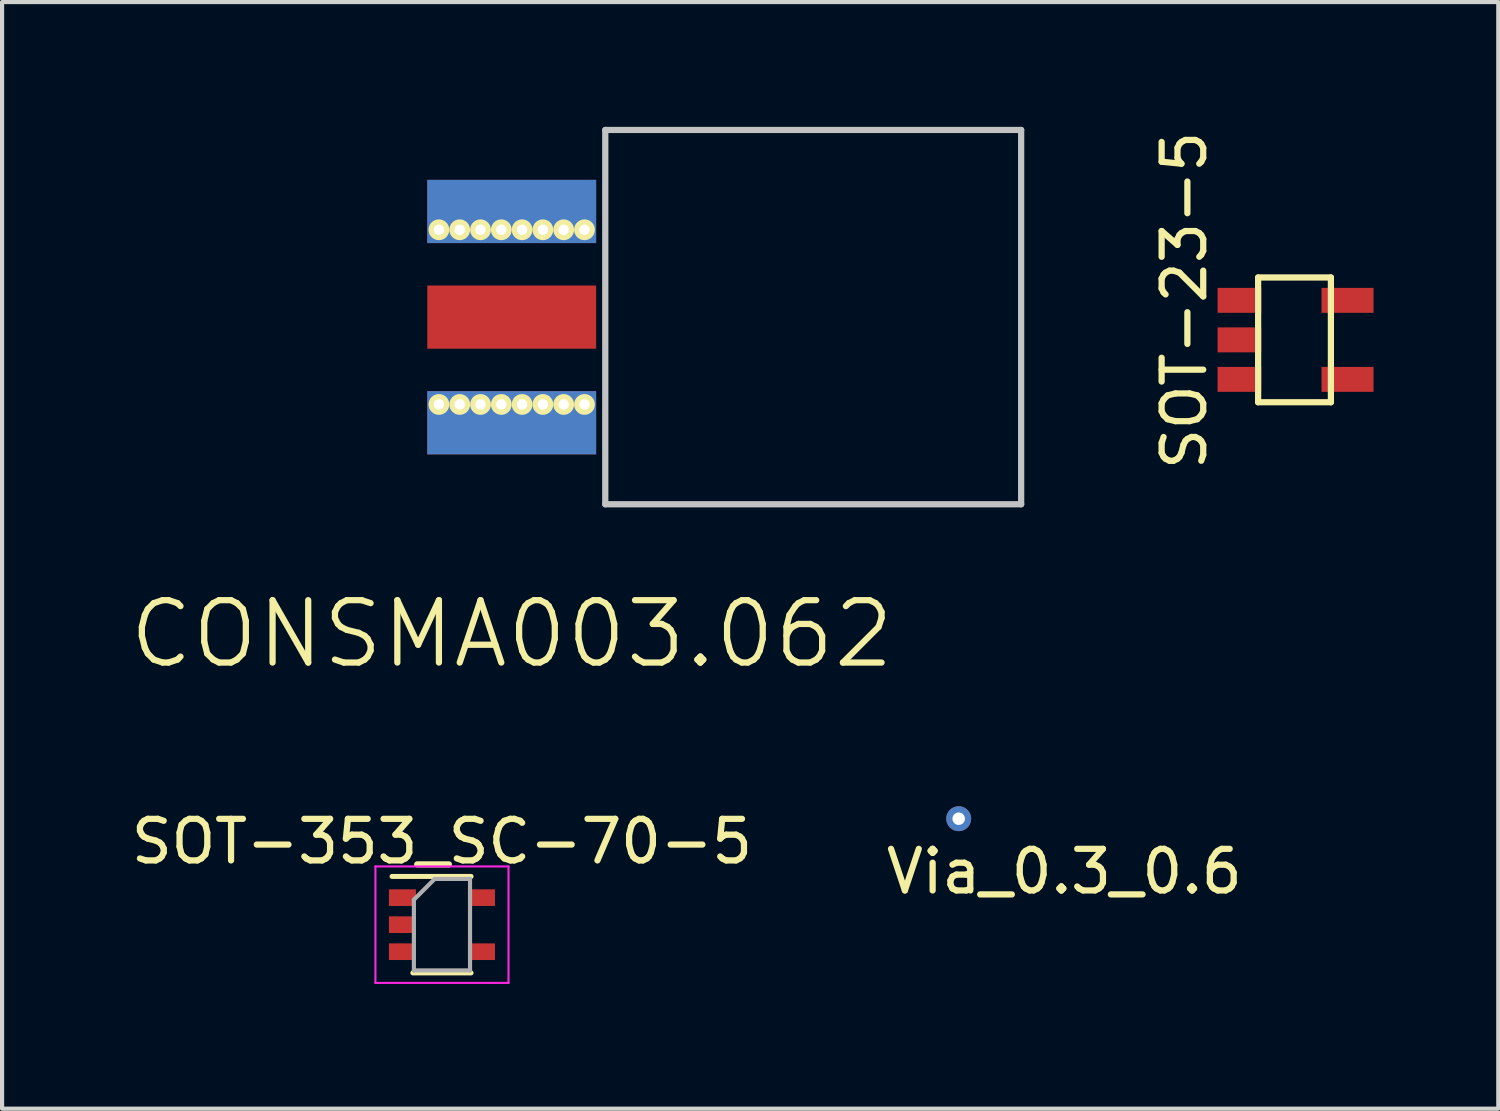
<source format=kicad_pcb>
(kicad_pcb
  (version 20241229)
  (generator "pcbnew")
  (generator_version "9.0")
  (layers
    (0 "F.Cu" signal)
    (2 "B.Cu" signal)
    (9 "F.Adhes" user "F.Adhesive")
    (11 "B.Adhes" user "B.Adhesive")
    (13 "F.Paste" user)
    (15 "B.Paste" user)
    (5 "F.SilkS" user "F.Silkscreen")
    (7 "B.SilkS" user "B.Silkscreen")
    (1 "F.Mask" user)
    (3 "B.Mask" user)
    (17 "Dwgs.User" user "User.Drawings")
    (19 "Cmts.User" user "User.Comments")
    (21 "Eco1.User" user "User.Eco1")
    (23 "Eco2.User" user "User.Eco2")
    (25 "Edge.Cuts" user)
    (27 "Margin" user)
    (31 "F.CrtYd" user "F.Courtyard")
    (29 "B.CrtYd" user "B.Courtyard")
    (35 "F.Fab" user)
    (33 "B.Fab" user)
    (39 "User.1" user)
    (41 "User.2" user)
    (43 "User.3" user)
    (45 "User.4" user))
  (footprint "CONSMA003.062"
    (layer "F.Cu")
    (at 9.254 4.575)
    (property "Reference" "CONSMA003.062" (at 0 7.62 0) (layer "F.SilkS") (effects (font (size 1.5 1.5) (thickness 0.15))))
    (attr through_hole)
    (fp_line (start 2.25 -4.5) (end 12.25 -4.5) (stroke (width 0.15) (type solid)) (layer "Dwgs.User"))
    (fp_line (start 2.25 4.5) (end 2.25 -4.5) (stroke (width 0.15) (type solid)) (layer "Dwgs.User"))
    (fp_line (start 12.25 -4.5) (end 12.25 4.5) (stroke (width 0.15) (type solid)) (layer "Dwgs.User"))
    (fp_line (start 12.25 4.5) (end 2.25 4.5) (stroke (width 0.15) (type solid)) (layer "Dwgs.User"))
    (pad "1" smd rect (at 0 0) (size 4.06 1.52) (layers "F.Cu" "F.Mask" "F.Paste"))
    (pad "2" thru_hole circle (at -1.75 -2.1) (size 0.5 0.5) (drill 0.25) (layers "*.Cu" "*.Mask" "F.SilkS"))
    (pad "2" thru_hole circle (at -1.75 2.1) (size 0.5 0.5) (drill 0.25) (layers "*.Cu" "*.Mask" "F.SilkS"))
    (pad "2" thru_hole circle (at -1.25 -2.1) (size 0.5 0.5) (drill 0.25) (layers "*.Cu" "*.Mask" "F.SilkS"))
    (pad "2" thru_hole circle (at -1.25 2.1) (size 0.5 0.5) (drill 0.25) (layers "*.Cu" "*.Mask" "F.SilkS"))
    (pad "2" thru_hole circle (at -0.75 -2.1) (size 0.5 0.5) (drill 0.25) (layers "*.Cu" "*.Mask" "F.SilkS"))
    (pad "2" thru_hole circle (at -0.75 2.1) (size 0.5 0.5) (drill 0.25) (layers "*.Cu" "*.Mask" "F.SilkS"))
    (pad "2" thru_hole circle (at -0.25 -2.1) (size 0.5 0.5) (drill 0.25) (layers "*.Cu" "*.Mask" "F.SilkS"))
    (pad "2" thru_hole circle (at -0.25 2.1) (size 0.5 0.5) (drill 0.25) (layers "*.Cu" "*.Mask" "F.SilkS"))
    (pad "2" smd rect (at 0 -2.54) (size 4.06 1.52) (layers "F.Cu" "F.Mask" "F.Paste"))
    (pad "2" smd rect (at 0 -2.54) (size 4.06 1.52) (layers "B.Cu"))
    (pad "2" smd rect (at 0 2.54) (size 4.06 1.52) (layers "F.Cu" "F.Mask" "F.Paste"))
    (pad "2" smd rect (at 0 2.54) (size 4.06 1.52) (layers "B.Cu"))
    (pad "2" thru_hole circle (at 0.25 -2.1) (size 0.5 0.5) (drill 0.25) (layers "*.Cu" "*.Mask" "F.SilkS"))
    (pad "2" thru_hole circle (at 0.25 2.1) (size 0.5 0.5) (drill 0.25) (layers "*.Cu" "*.Mask" "F.SilkS"))
    (pad "2" thru_hole circle (at 0.75 -2.1) (size 0.5 0.5) (drill 0.25) (layers "*.Cu" "*.Mask" "F.SilkS"))
    (pad "2" thru_hole circle (at 0.75 2.1) (size 0.5 0.5) (drill 0.25) (layers "*.Cu" "*.Mask" "F.SilkS"))
    (pad "2" thru_hole circle (at 1.25 -2.1) (size 0.5 0.5) (drill 0.25) (layers "*.Cu" "*.Mask" "F.SilkS"))
    (pad "2" thru_hole circle (at 1.25 2.1) (size 0.5 0.5) (drill 0.25) (layers "*.Cu" "*.Mask" "F.SilkS"))
    (pad "2" thru_hole circle (at 1.75 -2.1) (size 0.5 0.5) (drill 0.25) (layers "*.Cu" "*.Mask" "F.SilkS"))
    (pad "2" thru_hole circle (at 1.75 2.1) (size 0.5 0.5) (drill 0.25) (layers "*.Cu" "*.Mask" "F.SilkS")))
  (footprint "SOT-23-5"
    (layer "F.Cu")
    (at 28.034 5.163)
    (property "Reference" "SOT-23-5" (at -2.607 -0.991 270) (layer "F.SilkS") (effects (font (size 1 1) (thickness 0.15))))
    (attr through_hole)
    (fp_line (start -0.832 -1.541) (end -0.832 1.459) (stroke (width 0.15) (type solid)) (layer "F.SilkS"))
    (fp_line (start -0.832 1.459) (end 0.918 1.459) (stroke (width 0.15) (type solid)) (layer "F.SilkS"))
    (fp_line (start 0.918 -1.541) (end -0.832 -1.541) (stroke (width 0.15) (type solid)) (layer "F.SilkS"))
    (fp_line (start 0.918 1.459) (end 0.918 -1.541) (stroke (width 0.15) (type solid)) (layer "F.SilkS"))
    (pad "1" smd rect (at -1.282 -0.991 270) (size 0.6 1.05) (layers "F.Cu" "F.Mask" "F.Paste"))
    (pad "2" smd rect (at -1.282 -0.041 270) (size 0.6 1.05) (layers "F.Cu" "F.Mask" "F.Paste"))
    (pad "3" smd rect (at -1.282 0.909 270) (size 0.6 1.05) (layers "F.Cu" "F.Mask" "F.Paste"))
    (pad "4" smd rect (at 1.318 0.909 270) (size 0.6 1.25) (layers "F.Cu" "F.Mask" "F.Paste"))
    (pad "5" smd rect (at 1.318 -0.991 270) (size 0.6 1.25) (layers "F.Cu" "F.Mask" "F.Paste")))
  (footprint "SOT-353_SC-70-5"
    (layer "F.Cu")
    (at 7.577 19.184)
    (property "Reference" "SOT-353_SC-70-5" (at 0 -2 0) (layer "F.SilkS") (effects (font (size 1 1) (thickness 0.15))))
    (attr smd)
    (fp_line (start -0.7 1.16) (end 0.7 1.16) (stroke (width 0.12) (type solid)) (layer "F.SilkS"))
    (fp_line (start 0.7 -1.16) (end -1.2 -1.16) (stroke (width 0.12) (type solid)) (layer "F.SilkS"))
    (fp_line (start -1.6 -1.4) (end -1.6 1.4) (stroke (width 0.05) (type solid)) (layer "F.CrtYd"))
    (fp_line (start -1.6 -1.4) (end 1.6 -1.4) (stroke (width 0.05) (type solid)) (layer "F.CrtYd"))
    (fp_line (start -1.6 1.4) (end 1.6 1.4) (stroke (width 0.05) (type solid)) (layer "F.CrtYd"))
    (fp_line (start 1.6 1.4) (end 1.6 -1.4) (stroke (width 0.05) (type solid)) (layer "F.CrtYd"))
    (fp_line (start -0.675 -0.6) (end -0.675 1.1) (stroke (width 0.1) (type solid)) (layer "F.Fab"))
    (fp_line (start -0.175 -1.1) (end -0.675 -0.6) (stroke (width 0.1) (type solid)) (layer "F.Fab"))
    (fp_line (start 0.675 -1.1) (end -0.175 -1.1) (stroke (width 0.1) (type solid)) (layer "F.Fab"))
    (fp_line (start 0.675 -1.1) (end 0.675 1.1) (stroke (width 0.1) (type solid)) (layer "F.Fab"))
    (fp_line (start 0.675 1.1) (end -0.675 1.1) (stroke (width 0.1) (type solid)) (layer "F.Fab"))
    (pad "1" smd rect (at -0.95 -0.65) (size 0.65 0.4) (layers "F.Cu" "F.Mask" "F.Paste"))
    (pad "2" smd rect (at -0.95 0) (size 0.65 0.4) (layers "F.Cu" "F.Mask" "F.Paste"))
    (pad "3" smd rect (at -0.95 0.65) (size 0.65 0.4) (layers "F.Cu" "F.Mask" "F.Paste"))
    (pad "4" smd rect (at 0.95 0.65) (size 0.65 0.4) (layers "F.Cu" "F.Mask" "F.Paste"))
    (pad "5" smd rect (at 0.95 -0.65) (size 0.65 0.4) (layers "F.Cu" "F.Mask" "F.Paste")))
  (footprint "Via_0.3_0.6"
    (layer "F.Cu")
    (at 20.002 16.636)
    (property "Reference" "Via_0.3_0.6" (at 2.54 1.27 0) (layer "F.SilkS") (effects (font (size 1 1) (thickness 0.15))))
    (attr through_hole)
    (pad "1" thru_hole circle (at 0 0) (size 0.6 0.6) (drill 0.3) (layers "*.Cu")))
  (gr_rect
    (start -3 -3)
    (end 32.977 23.609)
    (stroke (width 0.1) (type default))
    (fill no)
    (layer "Edge.Cuts")))
</source>
